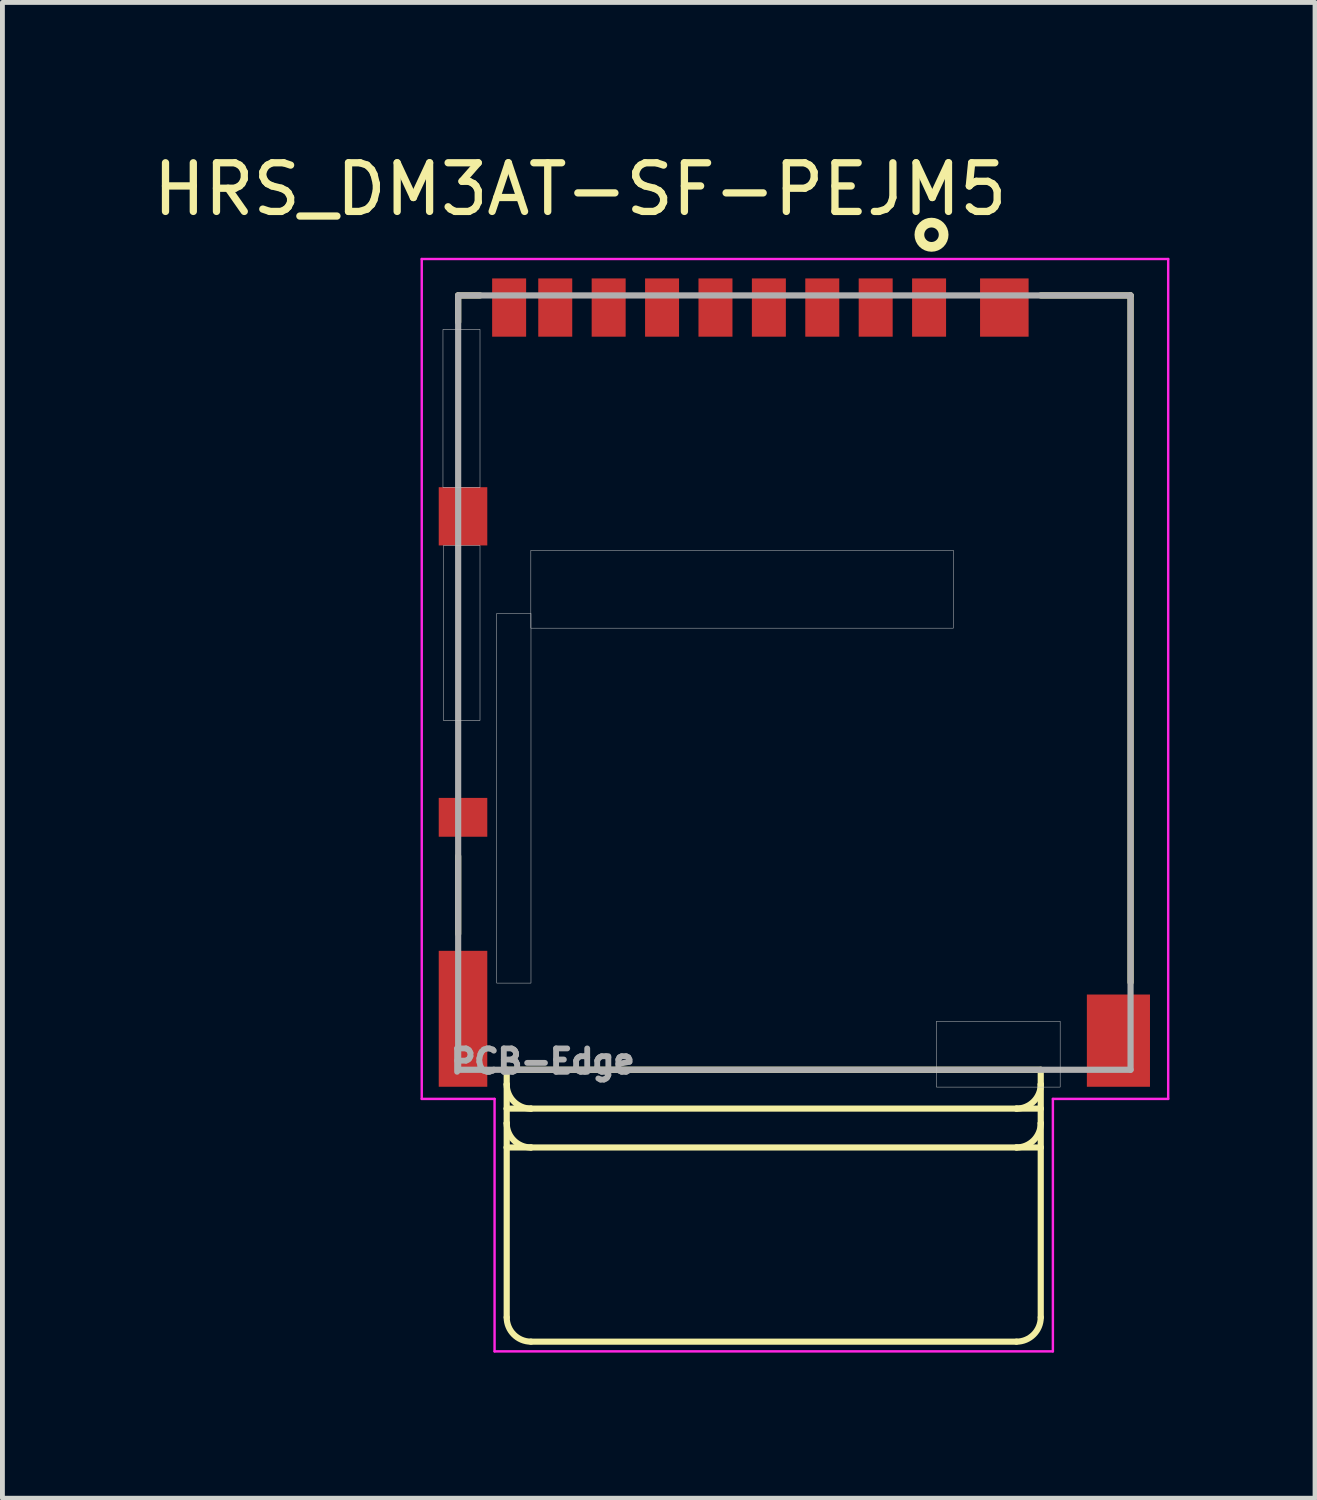
<source format=kicad_pcb>
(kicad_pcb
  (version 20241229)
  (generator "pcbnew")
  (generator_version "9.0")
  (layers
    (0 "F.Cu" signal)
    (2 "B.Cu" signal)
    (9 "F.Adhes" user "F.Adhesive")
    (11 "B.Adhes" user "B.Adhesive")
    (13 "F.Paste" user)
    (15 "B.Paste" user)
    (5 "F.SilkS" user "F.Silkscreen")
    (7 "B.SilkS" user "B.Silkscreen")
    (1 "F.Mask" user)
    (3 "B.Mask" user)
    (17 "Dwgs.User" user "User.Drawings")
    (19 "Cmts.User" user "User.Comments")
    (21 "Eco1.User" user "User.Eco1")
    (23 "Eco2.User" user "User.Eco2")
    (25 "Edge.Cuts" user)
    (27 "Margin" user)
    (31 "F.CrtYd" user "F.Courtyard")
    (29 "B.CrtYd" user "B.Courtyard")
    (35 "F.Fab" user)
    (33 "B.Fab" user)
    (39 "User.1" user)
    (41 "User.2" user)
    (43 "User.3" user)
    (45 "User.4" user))
  (footprint "HRS_DM3AT-SF-PEJM5"
    (layer "F.Cu")
    (at 12.887 3.285)
    (property "Reference" "HRS_DM3AT-SF-PEJM5" (at -3.987 -2.436 0) (layer "F.SilkS") (effects (font (size 1.002 1.002) (thickness 0.15))))
    (attr through_hole)
    (fp_line (start -6.5 -0.25) (end -6.5 0.3) (stroke (width 0.127) (type solid)) (layer "F.SilkS"))
    (fp_line (start -6.5 12.9) (end -6.5 11.3) (stroke (width 0.127) (type solid)) (layer "F.SilkS"))
    (fp_line (start -6.05 -0.25) (end -6.5 -0.25) (stroke (width 0.127) (type solid)) (layer "F.SilkS"))
    (fp_line (start -5.5 15.7) (end -5.5 16) (stroke (width 0.127) (type solid)) (layer "F.SilkS"))
    (fp_line (start -5.5 15.7) (end 5.5 15.7) (stroke (width 0.127) (type solid)) (layer "F.SilkS"))
    (fp_line (start -5.5 16.5) (end -5.5 16) (stroke (width 0.127) (type solid)) (layer "F.SilkS"))
    (fp_line (start -5.5 16.5) (end -5.5 16.8) (stroke (width 0.127) (type solid)) (layer "F.SilkS"))
    (fp_line (start -5.5 17.3) (end -5.5 16.8) (stroke (width 0.127) (type solid)) (layer "F.SilkS"))
    (fp_line (start -5.5 17.3) (end -5.5 20.8) (stroke (width 0.127) (type solid)) (layer "F.SilkS"))
    (fp_line (start -5 16.5) (end -5.5 16.5) (stroke (width 0.127) (type solid)) (layer "F.SilkS"))
    (fp_line (start -5 17.3) (end -5.5 17.3) (stroke (width 0.127) (type solid)) (layer "F.SilkS"))
    (fp_line (start 5 16.5) (end -5 16.5) (stroke (width 0.127) (type solid)) (layer "F.SilkS"))
    (fp_line (start 5 17.3) (end -5 17.3) (stroke (width 0.127) (type solid)) (layer "F.SilkS"))
    (fp_line (start 5 21.3) (end -5 21.3) (stroke (width 0.127) (type solid)) (layer "F.SilkS"))
    (fp_line (start 5.5 -0.25) (end 7.35 -0.25) (stroke (width 0.127) (type solid)) (layer "F.SilkS"))
    (fp_line (start 5.5 15.7) (end 5.5 16) (stroke (width 0.127) (type solid)) (layer "F.SilkS"))
    (fp_line (start 5.5 16) (end 5.5 16.5) (stroke (width 0.127) (type solid)) (layer "F.SilkS"))
    (fp_line (start 5.5 16.5) (end 5 16.5) (stroke (width 0.127) (type solid)) (layer "F.SilkS"))
    (fp_line (start 5.5 16.5) (end 5.5 16.8) (stroke (width 0.127) (type solid)) (layer "F.SilkS"))
    (fp_line (start 5.5 16.8) (end 5.5 17.3) (stroke (width 0.127) (type solid)) (layer "F.SilkS"))
    (fp_line (start 5.5 17.3) (end 5 17.3) (stroke (width 0.127) (type solid)) (layer "F.SilkS"))
    (fp_line (start 5.5 17.3) (end 5.5 20.8) (stroke (width 0.127) (type solid)) (layer "F.SilkS"))
    (fp_line (start 7.35 -0.25) (end 7.35 13.9) (stroke (width 0.127) (type solid)) (layer "F.SilkS"))
    (fp_arc (start -5 16.5) (mid -5.353553 16.353553) (end -5.5 16) (stroke (width 0.127) (type solid)) (layer "F.SilkS"))
    (fp_arc (start -5 17.3) (mid -5.353553 17.153553) (end -5.5 16.8) (stroke (width 0.127) (type solid)) (layer "F.SilkS"))
    (fp_arc (start -5 21.3) (mid -5.353553 21.153553) (end -5.5 20.8) (stroke (width 0.127) (type solid)) (layer "F.SilkS"))
    (fp_arc (start 5.5 16) (mid 5.353553 16.353553) (end 5 16.5) (stroke (width 0.127) (type solid)) (layer "F.SilkS"))
    (fp_arc (start 5.5 16.8) (mid 5.353553 17.153553) (end 5 17.3) (stroke (width 0.127) (type solid)) (layer "F.SilkS"))
    (fp_arc (start 5.5 20.8) (mid 5.353553 21.153553) (end 5 21.3) (stroke (width 0.127) (type solid)) (layer "F.SilkS"))
    (fp_circle (center 3.25 -1.5) (end 3.5 -1.5) (stroke (width 0.2) (type solid)) (fill no) (layer "F.SilkS"))
    (fp_poly (pts (xy -6.813 0.45) (xy -6.05 0.45) (xy -6.05 3.707) (xy -6.813 3.707)) (stroke (width 0.01) (type solid)) (fill no) (layer "Dwgs.User"))
    (fp_poly (pts (xy -6.804 4.9) (xy -6.05 4.9) (xy -6.05 8.505) (xy -6.804 8.505)) (stroke (width 0.01) (type solid)) (fill no) (layer "Dwgs.User"))
    (fp_poly (pts (xy -5.706 6.3) (xy -5 6.3) (xy -5 13.915) (xy -5.706 13.915)) (stroke (width 0.01) (type solid)) (fill no) (layer "Dwgs.User"))
    (fp_poly (pts (xy -5.003 5) (xy 3.7 5) (xy 3.7 6.604) (xy -5.003 6.604)) (stroke (width 0.01) (type solid)) (fill no) (layer "Dwgs.User"))
    (fp_poly (pts (xy 3.352 14.7) (xy 5.9 14.7) (xy 5.9 16.057) (xy 3.352 16.057)) (stroke (width 0.01) (type solid)) (fill no) (layer "Dwgs.User"))
    (fp_line (start -7.25 -1) (end 8.125 -1) (stroke (width 0.05) (type solid)) (layer "F.CrtYd"))
    (fp_line (start -7.25 16.3) (end -7.25 -1) (stroke (width 0.05) (type solid)) (layer "F.CrtYd"))
    (fp_line (start -5.75 16.3) (end -7.25 16.3) (stroke (width 0.05) (type solid)) (layer "F.CrtYd"))
    (fp_line (start -5.75 21.5) (end -5.75 16.3) (stroke (width 0.05) (type solid)) (layer "F.CrtYd"))
    (fp_line (start 5.75 16.3) (end 5.75 21.5) (stroke (width 0.05) (type solid)) (layer "F.CrtYd"))
    (fp_line (start 5.75 21.5) (end -5.75 21.5) (stroke (width 0.05) (type solid)) (layer "F.CrtYd"))
    (fp_line (start 8.125 -1) (end 8.125 16.3) (stroke (width 0.05) (type solid)) (layer "F.CrtYd"))
    (fp_line (start 8.125 16.3) (end 5.75 16.3) (stroke (width 0.05) (type solid)) (layer "F.CrtYd"))
    (fp_line (start -6.5 -0.25) (end 7.35 -0.25) (stroke (width 0.127) (type solid)) (layer "F.Fab"))
    (fp_line (start -6.5 15.7) (end -6.5 -0.25) (stroke (width 0.127) (type solid)) (layer "F.Fab"))
    (fp_line (start 7.35 -0.25) (end 7.35 15.7) (stroke (width 0.127) (type solid)) (layer "F.Fab"))
    (fp_line (start 7.35 15.7) (end -6.5 15.7) (stroke (width 0.127) (type solid)) (layer "F.Fab"))
    (fp_text user "PCB-Edge" (at -4.758 15.525 0) (layer "F.Fab") (effects (font (size 0.481 0.481) (thickness 0.15))))
    (pad "1" smd rect (at 3.2 0) (size 0.7 1.2) (layers "F.Cu" "F.Mask" "F.Paste"))
    (pad "2" smd rect (at 2.1 0) (size 0.7 1.2) (layers "F.Cu" "F.Mask" "F.Paste"))
    (pad "3" smd rect (at 1 0) (size 0.7 1.2) (layers "F.Cu" "F.Mask" "F.Paste"))
    (pad "4" smd rect (at -0.1 0) (size 0.7 1.2) (layers "F.Cu" "F.Mask" "F.Paste"))
    (pad "5" smd rect (at -1.2 0) (size 0.7 1.2) (layers "F.Cu" "F.Mask" "F.Paste"))
    (pad "6" smd rect (at -2.3 0) (size 0.7 1.2) (layers "F.Cu" "F.Mask" "F.Paste"))
    (pad "7" smd rect (at -3.4 0) (size 0.7 1.2) (layers "F.Cu" "F.Mask" "F.Paste"))
    (pad "8" smd rect (at -4.5 0) (size 0.7 1.2) (layers "F.Cu" "F.Mask" "F.Paste"))
    (pad "P1" smd rect (at -6.4 4.3) (size 1 1.2) (layers "F.Cu" "F.Mask" "F.Paste"))
    (pad "P2" smd rect (at -6.4 14.65) (size 1 2.8) (layers "F.Cu" "F.Mask" "F.Paste"))
    (pad "P3" smd rect (at 7.1 15.1) (size 1.3 1.9) (layers "F.Cu" "F.Mask" "F.Paste"))
    (pad "P4" smd rect (at 4.75 0) (size 1 1.2) (layers "F.Cu" "F.Mask" "F.Paste"))
    (pad "SWA" smd rect (at -6.4 10.5) (size 1 0.8) (layers "F.Cu" "F.Mask" "F.Paste"))
    (pad "SWB" smd rect (at -5.45 0) (size 0.7 1.2) (layers "F.Cu" "F.Mask" "F.Paste")))
  (gr_rect
    (start -3 -3)
    (end 24.037 27.81)
    (stroke (width 0.1) (type default))
    (fill no)
    (layer "Edge.Cuts")))
</source>
